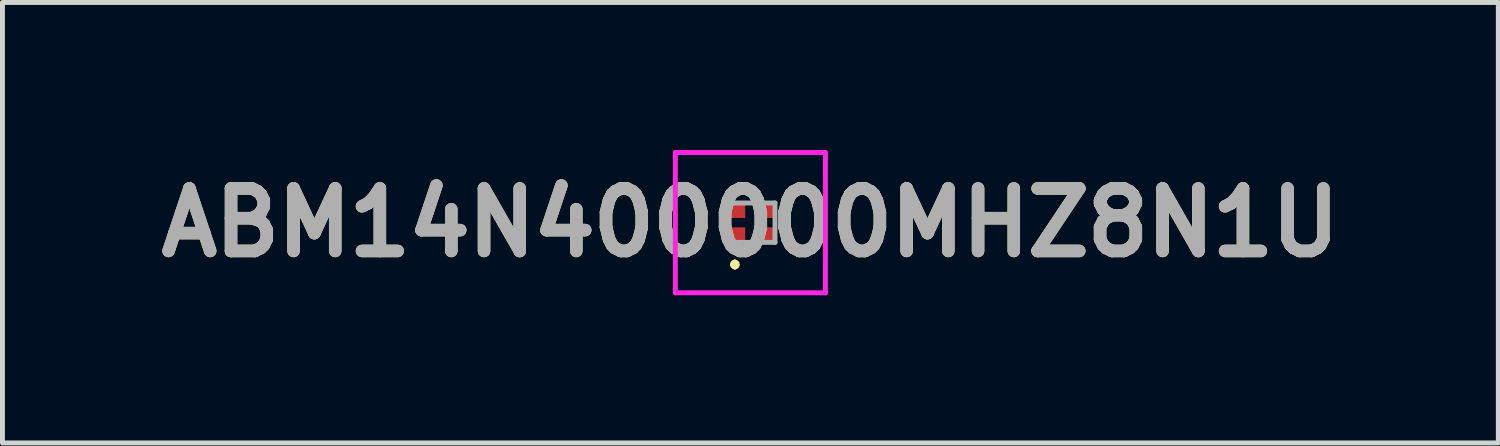
<source format=kicad_pcb>
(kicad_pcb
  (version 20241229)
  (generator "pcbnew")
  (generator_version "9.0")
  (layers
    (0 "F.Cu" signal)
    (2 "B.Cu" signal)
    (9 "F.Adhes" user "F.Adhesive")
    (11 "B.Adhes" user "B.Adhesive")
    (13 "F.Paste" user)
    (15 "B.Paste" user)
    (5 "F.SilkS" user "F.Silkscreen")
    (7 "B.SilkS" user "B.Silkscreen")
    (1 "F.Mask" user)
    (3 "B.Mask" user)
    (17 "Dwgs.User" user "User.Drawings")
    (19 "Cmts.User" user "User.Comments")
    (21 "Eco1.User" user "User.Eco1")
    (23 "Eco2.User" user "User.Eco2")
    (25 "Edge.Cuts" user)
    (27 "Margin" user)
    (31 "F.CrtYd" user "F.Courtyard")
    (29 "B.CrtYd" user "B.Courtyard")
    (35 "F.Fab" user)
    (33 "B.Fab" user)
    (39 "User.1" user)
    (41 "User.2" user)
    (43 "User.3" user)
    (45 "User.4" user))
  (footprint "ABM14N400000MHZ8N1U"
    (layer "F.Cu")
    (at 12.198 1.475)
    (property "Reference" "ABM14N400000MHZ8N1U" (at 0 0 0) (layer "F.SilkS") (effects (font (size 1.27 1.27) (thickness 0.254))))
    (attr smd)
    (fp_line (start -0.315 0.8) (end -0.315 0.8) (stroke (width 0.1) (type solid)) (layer "F.SilkS"))
    (fp_line (start -0.315 0.9) (end -0.315 0.9) (stroke (width 0.1) (type solid)) (layer "F.SilkS"))
    (fp_arc (start -0.315 0.8) (mid -0.265 0.85) (end -0.315 0.9) (stroke (width 0.1) (type solid)) (layer "F.SilkS"))
    (fp_arc (start -0.315 0.9) (mid -0.365 0.85) (end -0.315 0.8) (stroke (width 0.1) (type solid)) (layer "F.SilkS"))
    (fp_line (start -1.525 -1.425) (end 1.525 -1.425) (stroke (width 0.1) (type solid)) (layer "F.CrtYd"))
    (fp_line (start -1.525 1.425) (end -1.525 -1.425) (stroke (width 0.1) (type solid)) (layer "F.CrtYd"))
    (fp_line (start 1.525 -1.425) (end 1.525 1.425) (stroke (width 0.1) (type solid)) (layer "F.CrtYd"))
    (fp_line (start 1.525 1.425) (end -1.525 1.425) (stroke (width 0.1) (type solid)) (layer "F.CrtYd"))
    (fp_line (start -0.5 -0.4) (end 0.5 -0.4) (stroke (width 0.1) (type solid)) (layer "F.Fab"))
    (fp_line (start -0.5 0.4) (end -0.5 -0.4) (stroke (width 0.1) (type solid)) (layer "F.Fab"))
    (fp_line (start 0.5 -0.4) (end 0.5 0.4) (stroke (width 0.1) (type solid)) (layer "F.Fab"))
    (fp_line (start 0.5 0.4) (end -0.5 0.4) (stroke (width 0.1) (type solid)) (layer "F.Fab"))
    (fp_text user "${REFERENCE}" (at 0 0 0) (layer "F.Fab") (effects (font (size 1.27 1.27) (thickness 0.254))))
    (pad "1" smd rect (at -0.315 0.26 90) (size 0.33 0.42) (layers "F.Cu" "F.Mask" "F.Paste"))
    (pad "2" smd rect (at 0.315 0.26 90) (size 0.33 0.42) (layers "F.Cu" "F.Mask" "F.Paste"))
    (pad "3" smd rect (at 0.315 -0.26 90) (size 0.33 0.42) (layers "F.Cu" "F.Mask" "F.Paste"))
    (pad "4" smd rect (at -0.315 -0.26 90) (size 0.33 0.42) (layers "F.Cu" "F.Mask" "F.Paste")))
  (gr_rect
    (start -3 -3)
    (end 27.396 5.95)
    (stroke (width 0.1) (type default))
    (fill no)
    (layer "Edge.Cuts")))
</source>
